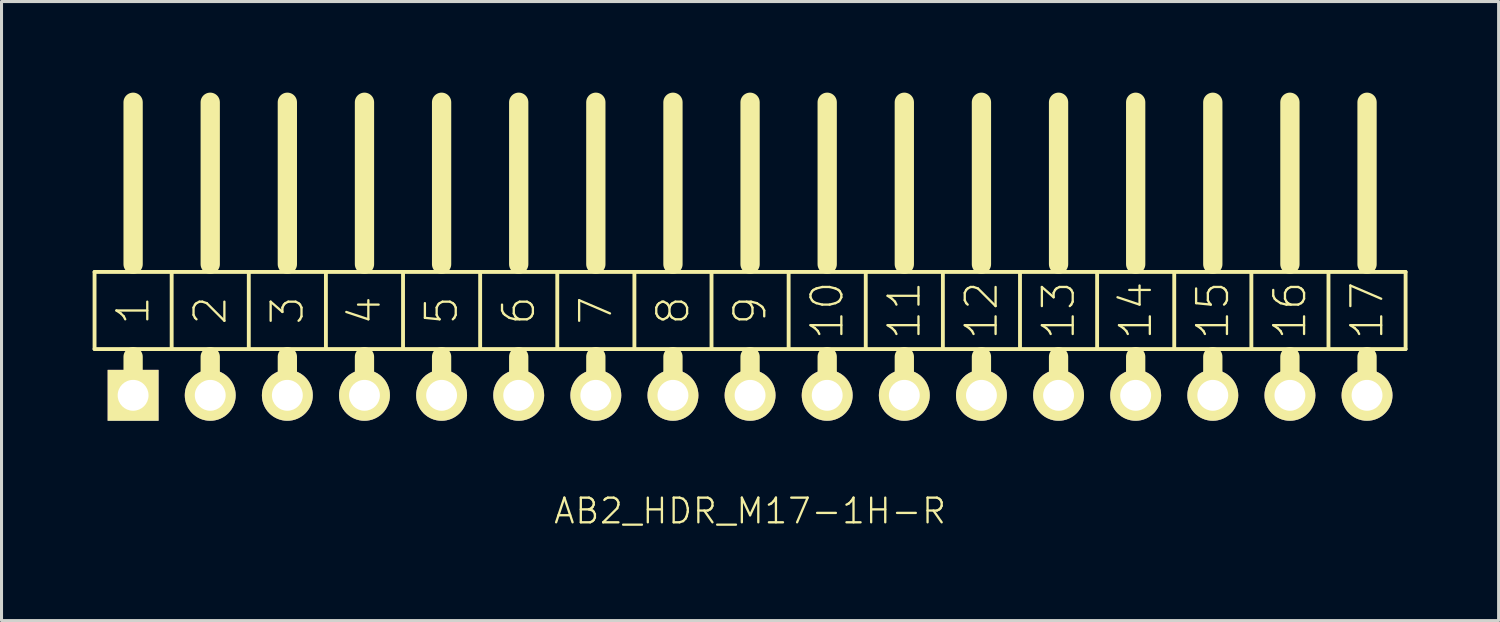
<source format=kicad_pcb>
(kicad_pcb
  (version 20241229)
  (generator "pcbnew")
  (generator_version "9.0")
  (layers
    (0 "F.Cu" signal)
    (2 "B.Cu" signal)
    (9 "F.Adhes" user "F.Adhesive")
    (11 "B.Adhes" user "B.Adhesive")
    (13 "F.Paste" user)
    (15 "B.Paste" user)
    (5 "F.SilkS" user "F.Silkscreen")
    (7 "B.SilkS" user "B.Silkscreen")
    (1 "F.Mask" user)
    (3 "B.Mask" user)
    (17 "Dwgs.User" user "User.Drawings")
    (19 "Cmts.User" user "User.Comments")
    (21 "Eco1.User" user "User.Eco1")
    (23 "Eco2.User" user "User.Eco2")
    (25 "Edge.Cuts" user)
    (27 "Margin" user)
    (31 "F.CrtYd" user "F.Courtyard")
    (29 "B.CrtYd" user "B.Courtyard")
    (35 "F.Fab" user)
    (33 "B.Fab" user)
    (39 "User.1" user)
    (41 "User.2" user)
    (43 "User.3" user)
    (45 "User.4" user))
  (footprint "AB2_HDR_M17-1H-R"
    (layer "F.Cu")
    (at 21.654 9.97)
    (property "Reference" "AB2_HDR_M17-1H-R" (at 0 3.81 0) (layer "F.SilkS") (effects (font (size 0.813 0.813) (thickness 0.076))))
    (attr through_hole)
    (fp_line (start -21.59 -4.064) (end -21.59 -1.524) (stroke (width 0.127) (type solid)) (layer "F.SilkS"))
    (fp_line (start -21.59 -1.524) (end -20.32 -1.524) (stroke (width 0.127) (type solid)) (layer "F.SilkS"))
    (fp_line (start -20.32 -4.318) (end -20.32 -9.652) (stroke (width 0.635) (type solid)) (layer "F.SilkS"))
    (fp_line (start -20.32 -1.524) (end -19.05 -1.524) (stroke (width 0.127) (type solid)) (layer "F.SilkS"))
    (fp_line (start -20.32 -1.27) (end -20.32 0) (stroke (width 0.635) (type solid)) (layer "F.SilkS"))
    (fp_line (start -19.05 -4.064) (end -21.59 -4.064) (stroke (width 0.127) (type solid)) (layer "F.SilkS"))
    (fp_line (start -19.05 -1.524) (end -19.05 -4.064) (stroke (width 0.127) (type solid)) (layer "F.SilkS"))
    (fp_line (start -19.05 -1.524) (end -17.78 -1.524) (stroke (width 0.127) (type solid)) (layer "F.SilkS"))
    (fp_line (start -17.78 -4.318) (end -17.78 -9.652) (stroke (width 0.635) (type solid)) (layer "F.SilkS"))
    (fp_line (start -17.78 -1.524) (end -16.51 -1.524) (stroke (width 0.127) (type solid)) (layer "F.SilkS"))
    (fp_line (start -17.78 -1.27) (end -17.78 0) (stroke (width 0.635) (type solid)) (layer "F.SilkS"))
    (fp_line (start -16.51 -4.064) (end -19.05 -4.064) (stroke (width 0.127) (type solid)) (layer "F.SilkS"))
    (fp_line (start -16.51 -1.524) (end -16.51 -4.064) (stroke (width 0.127) (type solid)) (layer "F.SilkS"))
    (fp_line (start -16.51 -1.524) (end -15.24 -1.524) (stroke (width 0.127) (type solid)) (layer "F.SilkS"))
    (fp_line (start -15.24 -4.318) (end -15.24 -9.652) (stroke (width 0.635) (type solid)) (layer "F.SilkS"))
    (fp_line (start -15.24 -1.524) (end -13.97 -1.524) (stroke (width 0.127) (type solid)) (layer "F.SilkS"))
    (fp_line (start -15.24 -1.27) (end -15.24 0) (stroke (width 0.635) (type solid)) (layer "F.SilkS"))
    (fp_line (start -13.97 -4.064) (end -16.51 -4.064) (stroke (width 0.127) (type solid)) (layer "F.SilkS"))
    (fp_line (start -13.97 -1.524) (end -13.97 -4.064) (stroke (width 0.127) (type solid)) (layer "F.SilkS"))
    (fp_line (start -13.97 -1.524) (end -12.7 -1.524) (stroke (width 0.127) (type solid)) (layer "F.SilkS"))
    (fp_line (start -12.7 -4.318) (end -12.7 -9.652) (stroke (width 0.635) (type solid)) (layer "F.SilkS"))
    (fp_line (start -12.7 -1.524) (end -11.43 -1.524) (stroke (width 0.127) (type solid)) (layer "F.SilkS"))
    (fp_line (start -12.7 -1.27) (end -12.7 0) (stroke (width 0.635) (type solid)) (layer "F.SilkS"))
    (fp_line (start -11.43 -4.064) (end -13.97 -4.064) (stroke (width 0.127) (type solid)) (layer "F.SilkS"))
    (fp_line (start -11.43 -1.524) (end -11.43 -4.064) (stroke (width 0.127) (type solid)) (layer "F.SilkS"))
    (fp_line (start -11.43 -1.524) (end -10.16 -1.524) (stroke (width 0.127) (type solid)) (layer "F.SilkS"))
    (fp_line (start -10.16 -4.318) (end -10.16 -9.652) (stroke (width 0.635) (type solid)) (layer "F.SilkS"))
    (fp_line (start -10.16 -1.524) (end -8.89 -1.524) (stroke (width 0.127) (type solid)) (layer "F.SilkS"))
    (fp_line (start -10.16 -1.27) (end -10.16 0) (stroke (width 0.635) (type solid)) (layer "F.SilkS"))
    (fp_line (start -8.89 -4.064) (end -11.43 -4.064) (stroke (width 0.127) (type solid)) (layer "F.SilkS"))
    (fp_line (start -8.89 -1.524) (end -8.89 -4.064) (stroke (width 0.127) (type solid)) (layer "F.SilkS"))
    (fp_line (start -8.89 -1.524) (end -7.62 -1.524) (stroke (width 0.127) (type solid)) (layer "F.SilkS"))
    (fp_line (start -7.62 -4.318) (end -7.62 -9.652) (stroke (width 0.635) (type solid)) (layer "F.SilkS"))
    (fp_line (start -7.62 -1.524) (end -6.35 -1.524) (stroke (width 0.127) (type solid)) (layer "F.SilkS"))
    (fp_line (start -7.62 -1.27) (end -7.62 0) (stroke (width 0.635) (type solid)) (layer "F.SilkS"))
    (fp_line (start -6.35 -4.064) (end -8.89 -4.064) (stroke (width 0.127) (type solid)) (layer "F.SilkS"))
    (fp_line (start -6.35 -1.524) (end -6.35 -4.064) (stroke (width 0.127) (type solid)) (layer "F.SilkS"))
    (fp_line (start -6.35 -1.524) (end -5.08 -1.524) (stroke (width 0.127) (type solid)) (layer "F.SilkS"))
    (fp_line (start -5.08 -4.318) (end -5.08 -9.652) (stroke (width 0.635) (type solid)) (layer "F.SilkS"))
    (fp_line (start -5.08 -1.524) (end -3.81 -1.524) (stroke (width 0.127) (type solid)) (layer "F.SilkS"))
    (fp_line (start -5.08 -1.27) (end -5.08 0) (stroke (width 0.635) (type solid)) (layer "F.SilkS"))
    (fp_line (start -3.81 -4.064) (end -6.35 -4.064) (stroke (width 0.127) (type solid)) (layer "F.SilkS"))
    (fp_line (start -3.81 -1.524) (end -3.81 -4.064) (stroke (width 0.127) (type solid)) (layer "F.SilkS"))
    (fp_line (start -3.81 -1.524) (end -2.54 -1.524) (stroke (width 0.127) (type solid)) (layer "F.SilkS"))
    (fp_line (start -2.54 -4.318) (end -2.54 -9.652) (stroke (width 0.635) (type solid)) (layer "F.SilkS"))
    (fp_line (start -2.54 -1.524) (end -1.27 -1.524) (stroke (width 0.127) (type solid)) (layer "F.SilkS"))
    (fp_line (start -2.54 -1.27) (end -2.54 0) (stroke (width 0.635) (type solid)) (layer "F.SilkS"))
    (fp_line (start -1.27 -4.064) (end -3.81 -4.064) (stroke (width 0.127) (type solid)) (layer "F.SilkS"))
    (fp_line (start -1.27 -1.524) (end -1.27 -4.064) (stroke (width 0.127) (type solid)) (layer "F.SilkS"))
    (fp_line (start -1.27 -1.524) (end 0 -1.524) (stroke (width 0.127) (type solid)) (layer "F.SilkS"))
    (fp_line (start 0 -4.318) (end 0 -9.652) (stroke (width 0.635) (type solid)) (layer "F.SilkS"))
    (fp_line (start 0 -1.524) (end 1.27 -1.524) (stroke (width 0.127) (type solid)) (layer "F.SilkS"))
    (fp_line (start 0 -1.27) (end 0 0) (stroke (width 0.635) (type solid)) (layer "F.SilkS"))
    (fp_line (start 1.27 -4.064) (end -1.27 -4.064) (stroke (width 0.127) (type solid)) (layer "F.SilkS"))
    (fp_line (start 1.27 -1.524) (end 1.27 -4.064) (stroke (width 0.127) (type solid)) (layer "F.SilkS"))
    (fp_line (start 1.27 -1.524) (end 2.54 -1.524) (stroke (width 0.127) (type solid)) (layer "F.SilkS"))
    (fp_line (start 2.54 -4.318) (end 2.54 -9.652) (stroke (width 0.635) (type solid)) (layer "F.SilkS"))
    (fp_line (start 2.54 -1.524) (end 3.81 -1.524) (stroke (width 0.127) (type solid)) (layer "F.SilkS"))
    (fp_line (start 2.54 -1.27) (end 2.54 0) (stroke (width 0.635) (type solid)) (layer "F.SilkS"))
    (fp_line (start 3.81 -4.064) (end 1.27 -4.064) (stroke (width 0.127) (type solid)) (layer "F.SilkS"))
    (fp_line (start 3.81 -1.524) (end 3.81 -4.064) (stroke (width 0.127) (type solid)) (layer "F.SilkS"))
    (fp_line (start 3.81 -1.524) (end 5.08 -1.524) (stroke (width 0.127) (type solid)) (layer "F.SilkS"))
    (fp_line (start 5.08 -4.318) (end 5.08 -9.652) (stroke (width 0.635) (type solid)) (layer "F.SilkS"))
    (fp_line (start 5.08 -1.524) (end 6.35 -1.524) (stroke (width 0.127) (type solid)) (layer "F.SilkS"))
    (fp_line (start 5.08 -1.27) (end 5.08 0) (stroke (width 0.635) (type solid)) (layer "F.SilkS"))
    (fp_line (start 6.35 -4.064) (end 3.81 -4.064) (stroke (width 0.127) (type solid)) (layer "F.SilkS"))
    (fp_line (start 6.35 -1.524) (end 6.35 -4.064) (stroke (width 0.127) (type solid)) (layer "F.SilkS"))
    (fp_line (start 6.35 -1.524) (end 7.62 -1.524) (stroke (width 0.127) (type solid)) (layer "F.SilkS"))
    (fp_line (start 7.62 -4.318) (end 7.62 -9.652) (stroke (width 0.635) (type solid)) (layer "F.SilkS"))
    (fp_line (start 7.62 -1.524) (end 8.89 -1.524) (stroke (width 0.127) (type solid)) (layer "F.SilkS"))
    (fp_line (start 7.62 -1.27) (end 7.62 0) (stroke (width 0.635) (type solid)) (layer "F.SilkS"))
    (fp_line (start 8.89 -4.064) (end 6.35 -4.064) (stroke (width 0.127) (type solid)) (layer "F.SilkS"))
    (fp_line (start 8.89 -1.524) (end 8.89 -4.064) (stroke (width 0.127) (type solid)) (layer "F.SilkS"))
    (fp_line (start 8.89 -1.524) (end 10.16 -1.524) (stroke (width 0.127) (type solid)) (layer "F.SilkS"))
    (fp_line (start 10.16 -4.318) (end 10.16 -9.652) (stroke (width 0.635) (type solid)) (layer "F.SilkS"))
    (fp_line (start 10.16 -1.524) (end 11.43 -1.524) (stroke (width 0.127) (type solid)) (layer "F.SilkS"))
    (fp_line (start 10.16 -1.27) (end 10.16 0) (stroke (width 0.635) (type solid)) (layer "F.SilkS"))
    (fp_line (start 11.43 -4.064) (end 8.89 -4.064) (stroke (width 0.127) (type solid)) (layer "F.SilkS"))
    (fp_line (start 11.43 -1.524) (end 11.43 -4.064) (stroke (width 0.127) (type solid)) (layer "F.SilkS"))
    (fp_line (start 11.43 -1.524) (end 12.7 -1.524) (stroke (width 0.127) (type solid)) (layer "F.SilkS"))
    (fp_line (start 12.7 -4.318) (end 12.7 -9.652) (stroke (width 0.635) (type solid)) (layer "F.SilkS"))
    (fp_line (start 12.7 -1.524) (end 13.97 -1.524) (stroke (width 0.127) (type solid)) (layer "F.SilkS"))
    (fp_line (start 12.7 -1.27) (end 12.7 0) (stroke (width 0.635) (type solid)) (layer "F.SilkS"))
    (fp_line (start 13.97 -4.064) (end 11.43 -4.064) (stroke (width 0.127) (type solid)) (layer "F.SilkS"))
    (fp_line (start 13.97 -1.524) (end 13.97 -4.064) (stroke (width 0.127) (type solid)) (layer "F.SilkS"))
    (fp_line (start 13.97 -1.524) (end 15.24 -1.524) (stroke (width 0.127) (type solid)) (layer "F.SilkS"))
    (fp_line (start 15.24 -4.318) (end 15.24 -9.652) (stroke (width 0.635) (type solid)) (layer "F.SilkS"))
    (fp_line (start 15.24 -1.524) (end 16.51 -1.524) (stroke (width 0.127) (type solid)) (layer "F.SilkS"))
    (fp_line (start 15.24 -1.27) (end 15.24 0) (stroke (width 0.635) (type solid)) (layer "F.SilkS"))
    (fp_line (start 16.51 -4.064) (end 13.97 -4.064) (stroke (width 0.127) (type solid)) (layer "F.SilkS"))
    (fp_line (start 16.51 -1.524) (end 16.51 -4.064) (stroke (width 0.127) (type solid)) (layer "F.SilkS"))
    (fp_line (start 16.51 -1.524) (end 17.78 -1.524) (stroke (width 0.127) (type solid)) (layer "F.SilkS"))
    (fp_line (start 17.78 -4.318) (end 17.78 -9.652) (stroke (width 0.635) (type solid)) (layer "F.SilkS"))
    (fp_line (start 17.78 -1.524) (end 19.05 -1.524) (stroke (width 0.127) (type solid)) (layer "F.SilkS"))
    (fp_line (start 17.78 -1.27) (end 17.78 0) (stroke (width 0.635) (type solid)) (layer "F.SilkS"))
    (fp_line (start 19.05 -4.064) (end 16.51 -4.064) (stroke (width 0.127) (type solid)) (layer "F.SilkS"))
    (fp_line (start 19.05 -1.524) (end 19.05 -4.064) (stroke (width 0.127) (type solid)) (layer "F.SilkS"))
    (fp_line (start 19.05 -1.524) (end 20.32 -1.524) (stroke (width 0.127) (type solid)) (layer "F.SilkS"))
    (fp_line (start 20.32 -4.318) (end 20.32 -9.652) (stroke (width 0.635) (type solid)) (layer "F.SilkS"))
    (fp_line (start 20.32 -1.524) (end 21.59 -1.524) (stroke (width 0.127) (type solid)) (layer "F.SilkS"))
    (fp_line (start 20.32 -1.27) (end 20.32 0) (stroke (width 0.635) (type solid)) (layer "F.SilkS"))
    (fp_line (start 21.59 -4.064) (end 19.05 -4.064) (stroke (width 0.127) (type solid)) (layer "F.SilkS"))
    (fp_line (start 21.59 -1.524) (end 21.59 -4.064) (stroke (width 0.127) (type solid)) (layer "F.SilkS"))
    (fp_text user "3" (at -15.24 -2.794 90) (layer "F.SilkS") (effects (font (size 1.016 1.016) (thickness 0.076))))
    (fp_text user "7" (at -5.08 -2.794 90) (layer "F.SilkS") (effects (font (size 1.016 1.016) (thickness 0.076))))
    (fp_text user "5" (at -10.16 -2.794 90) (layer "F.SilkS") (effects (font (size 1.016 1.016) (thickness 0.076))))
    (fp_text user "15" (at 15.24 -2.794 90) (layer "F.SilkS") (effects (font (size 1.016 1.016) (thickness 0.076))))
    (fp_text user "4" (at -12.7 -2.794 90) (layer "F.SilkS") (effects (font (size 1.016 1.016) (thickness 0.076))))
    (fp_text user "6" (at -7.62 -2.794 90) (layer "F.SilkS") (effects (font (size 1.016 1.016) (thickness 0.076))))
    (fp_text user "14" (at 12.7 -2.794 90) (layer "F.SilkS") (effects (font (size 1.016 1.016) (thickness 0.076))))
    (fp_text user "13" (at 10.16 -2.794 90) (layer "F.SilkS") (effects (font (size 1.016 1.016) (thickness 0.076))))
    (fp_text user "10" (at 2.54 -2.794 90) (layer "F.SilkS") (effects (font (size 1.016 1.016) (thickness 0.076))))
    (fp_text user "16" (at 17.78 -2.794 90) (layer "F.SilkS") (effects (font (size 1.016 1.016) (thickness 0.076))))
    (fp_text user "1" (at -20.32 -2.794 270) (layer "F.SilkS") (effects (font (size 1.016 1.016) (thickness 0.076))))
    (fp_text user "11" (at 5.08 -2.794 90) (layer "F.SilkS") (effects (font (size 1.016 1.016) (thickness 0.076))))
    (fp_text user "8" (at -2.54 -2.794 90) (layer "F.SilkS") (effects (font (size 1.016 1.016) (thickness 0.076))))
    (fp_text user "2" (at -17.78 -2.794 90) (layer "F.SilkS") (effects (font (size 1.016 1.016) (thickness 0.076))))
    (fp_text user "9" (at 0 -2.794 90) (layer "F.SilkS") (effects (font (size 1.016 1.016) (thickness 0.076))))
    (fp_text user "12" (at 7.62 -2.794 90) (layer "F.SilkS") (effects (font (size 1.016 1.016) (thickness 0.076))))
    (fp_text user "17" (at 20.32 -2.794 90) (layer "F.SilkS") (effects (font (size 1.016 1.016) (thickness 0.076))))
    (pad "1" thru_hole rect (at -20.32 0) (size 1.676 1.676) (drill 1.016) (layers "*.Cu" "*.Mask" "F.SilkS"))
    (pad "2" thru_hole circle (at -17.78 0) (size 1.676 1.676) (drill 1.016) (layers "*.Cu" "*.Mask" "F.SilkS"))
    (pad "3" thru_hole circle (at -15.24 0) (size 1.676 1.676) (drill 1.016) (layers "*.Cu" "*.Mask" "F.SilkS"))
    (pad "4" thru_hole circle (at -12.7 0) (size 1.676 1.676) (drill 1.016) (layers "*.Cu" "*.Mask" "F.SilkS"))
    (pad "5" thru_hole circle (at -10.16 0) (size 1.676 1.676) (drill 1.016) (layers "*.Cu" "*.Mask" "F.SilkS"))
    (pad "6" thru_hole circle (at -7.62 0) (size 1.676 1.676) (drill 1.016) (layers "*.Cu" "*.Mask" "F.SilkS"))
    (pad "7" thru_hole circle (at -5.08 0) (size 1.676 1.676) (drill 1.016) (layers "*.Cu" "*.Mask" "F.SilkS"))
    (pad "8" thru_hole circle (at -2.54 0) (size 1.676 1.676) (drill 1.016) (layers "*.Cu" "*.Mask" "F.SilkS"))
    (pad "9" thru_hole circle (at 0 0) (size 1.676 1.676) (drill 1.016) (layers "*.Cu" "*.Mask" "F.SilkS"))
    (pad "10" thru_hole circle (at 2.54 0) (size 1.676 1.676) (drill 1.016) (layers "*.Cu" "*.Mask" "F.SilkS"))
    (pad "11" thru_hole circle (at 5.08 0) (size 1.676 1.676) (drill 1.016) (layers "*.Cu" "*.Mask" "F.SilkS"))
    (pad "12" thru_hole circle (at 7.62 0) (size 1.676 1.676) (drill 1.016) (layers "*.Cu" "*.Mask" "F.SilkS"))
    (pad "13" thru_hole circle (at 10.16 0) (size 1.676 1.676) (drill 1.016) (layers "*.Cu" "*.Mask" "F.SilkS"))
    (pad "14" thru_hole circle (at 12.7 0) (size 1.676 1.676) (drill 1.016) (layers "*.Cu" "*.Mask" "F.SilkS"))
    (pad "15" thru_hole circle (at 15.24 0) (size 1.676 1.676) (drill 1.016) (layers "*.Cu" "*.Mask" "F.SilkS"))
    (pad "16" thru_hole circle (at 17.78 0) (size 1.676 1.676) (drill 1.016) (layers "*.Cu" "*.Mask" "F.SilkS"))
    (pad "17" thru_hole circle (at 20.32 0) (size 1.676 1.676) (drill 1.016) (layers "*.Cu" "*.Mask" "F.SilkS")))
  (gr_rect
    (start -3 -3)
    (end 46.307 17.389)
    (stroke (width 0.1) (type default))
    (fill no)
    (layer "Edge.Cuts")))
</source>
